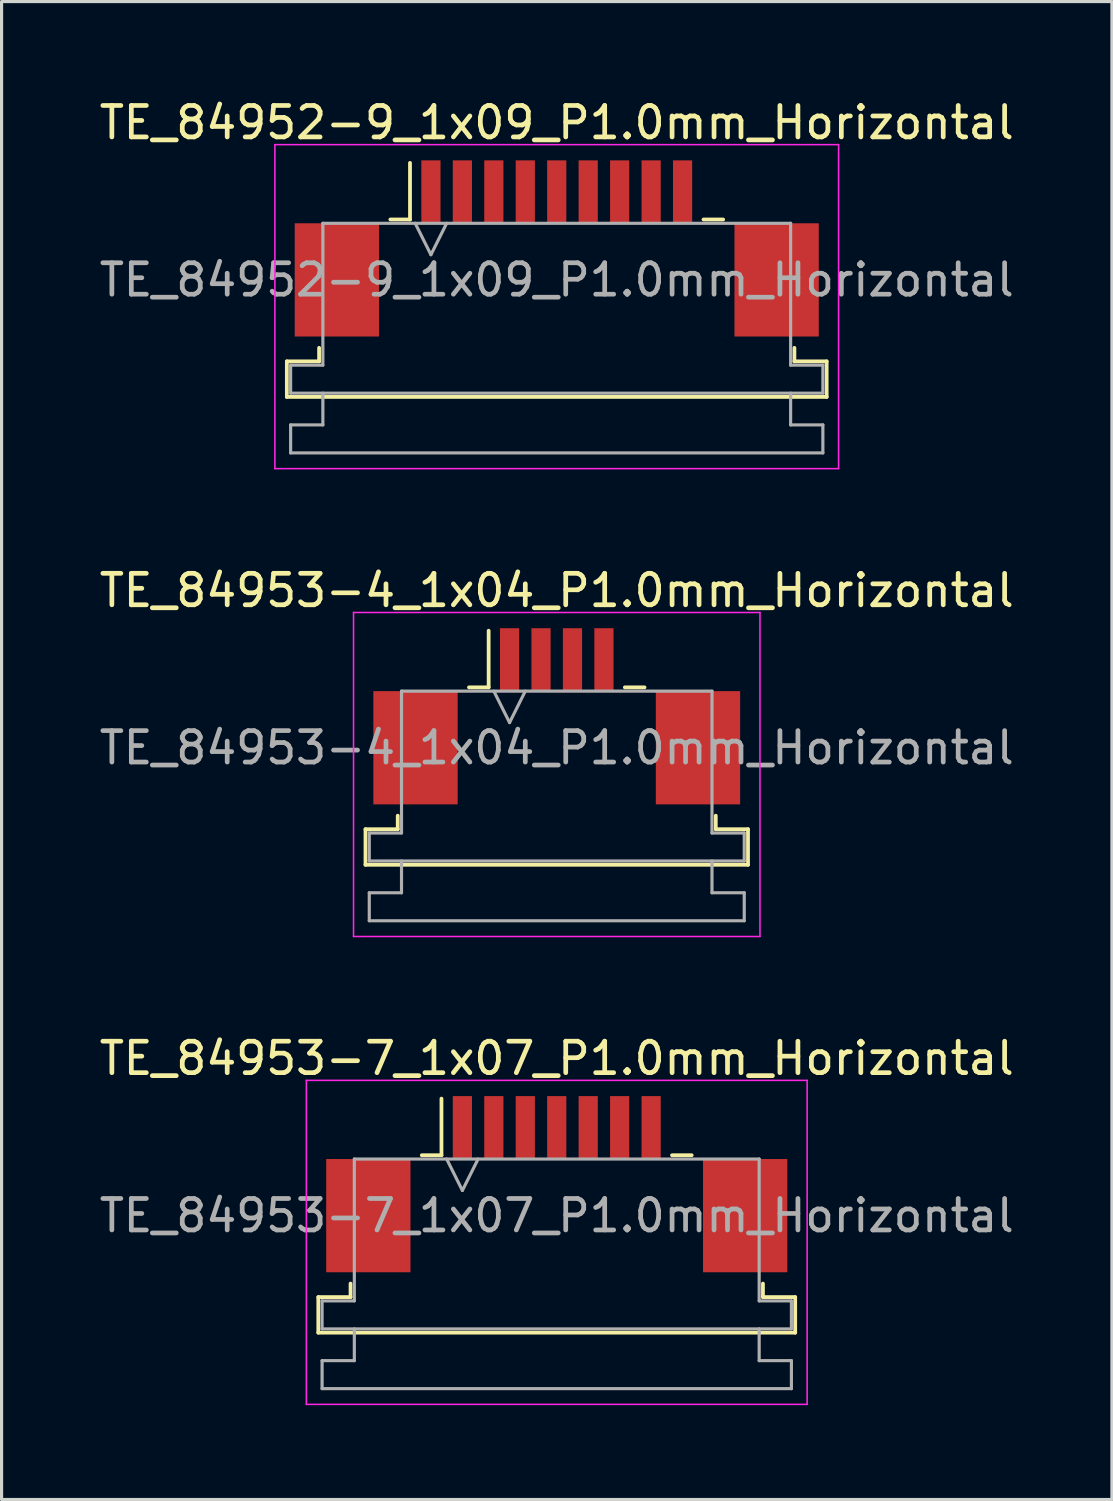
<source format=kicad_pcb>
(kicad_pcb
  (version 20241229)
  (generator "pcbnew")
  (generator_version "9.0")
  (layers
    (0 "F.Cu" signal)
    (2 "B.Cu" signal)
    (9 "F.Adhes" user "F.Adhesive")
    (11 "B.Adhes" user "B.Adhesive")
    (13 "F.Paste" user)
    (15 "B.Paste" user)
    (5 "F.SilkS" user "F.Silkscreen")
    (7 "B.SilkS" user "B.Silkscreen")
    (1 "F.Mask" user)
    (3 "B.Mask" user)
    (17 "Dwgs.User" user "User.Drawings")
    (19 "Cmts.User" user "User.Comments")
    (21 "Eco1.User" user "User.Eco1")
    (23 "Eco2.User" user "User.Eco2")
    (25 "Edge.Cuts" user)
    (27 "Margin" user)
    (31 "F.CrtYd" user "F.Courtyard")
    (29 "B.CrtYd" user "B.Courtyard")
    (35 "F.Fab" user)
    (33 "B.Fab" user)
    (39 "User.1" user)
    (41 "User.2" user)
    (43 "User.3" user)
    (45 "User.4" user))
  (footprint "TE_84953-7_1x07_P1.0mm_Horizontal"
    (layer "F.Cu")
    (at 14.649 34.595)
    (property "Reference" "TE_84953-7_1x07_P1.0mm_Horizontal" (at 0 -4 0) (layer "F.SilkS") (effects (font (size 1 1) (thickness 0.15))))
    (attr smd)
    (fp_line (start -7.58 3.59) (end -6.555 3.59) (stroke (width 0.12) (type solid)) (layer "F.SilkS"))
    (fp_line (start -7.58 4.72) (end -7.58 3.59) (stroke (width 0.12) (type solid)) (layer "F.SilkS"))
    (fp_line (start -6.555 3.59) (end -6.555 3.16) (stroke (width 0.12) (type solid)) (layer "F.SilkS"))
    (fp_line (start -4.29 -0.92) (end -3.665 -0.92) (stroke (width 0.12) (type solid)) (layer "F.SilkS"))
    (fp_line (start -3.665 -0.92) (end -3.665 -2.72) (stroke (width 0.12) (type solid)) (layer "F.SilkS"))
    (fp_line (start 3.665 -0.92) (end 4.29 -0.92) (stroke (width 0.12) (type solid)) (layer "F.SilkS"))
    (fp_line (start 6.555 3.16) (end 6.555 3.59) (stroke (width 0.12) (type solid)) (layer "F.SilkS"))
    (fp_line (start 6.555 3.59) (end 7.58 3.59) (stroke (width 0.12) (type solid)) (layer "F.SilkS"))
    (fp_line (start 7.58 3.59) (end 7.58 4.72) (stroke (width 0.12) (type solid)) (layer "F.SilkS"))
    (fp_line (start 7.58 4.72) (end -7.58 4.72) (stroke (width 0.12) (type solid)) (layer "F.SilkS"))
    (fp_line (start -7.96 -3.3) (end -7.96 7) (stroke (width 0.05) (type solid)) (layer "F.CrtYd"))
    (fp_line (start -7.96 7) (end 7.96 7) (stroke (width 0.05) (type solid)) (layer "F.CrtYd"))
    (fp_line (start 7.96 -3.3) (end -7.96 -3.3) (stroke (width 0.05) (type solid)) (layer "F.CrtYd"))
    (fp_line (start 7.96 7) (end 7.96 -3.3) (stroke (width 0.05) (type solid)) (layer "F.CrtYd"))
    (fp_line (start -7.46 3.71) (end -6.435 3.71) (stroke (width 0.1) (type solid)) (layer "F.Fab"))
    (fp_line (start -7.46 4.6) (end -7.46 3.71) (stroke (width 0.1) (type solid)) (layer "F.Fab"))
    (fp_line (start -7.46 5.61) (end -6.435 5.61) (stroke (width 0.1) (type solid)) (layer "F.Fab"))
    (fp_line (start -7.46 6.5) (end -7.46 5.61) (stroke (width 0.1) (type solid)) (layer "F.Fab"))
    (fp_line (start -6.435 -0.8) (end 6.435 -0.8) (stroke (width 0.1) (type solid)) (layer "F.Fab"))
    (fp_line (start -6.435 3.71) (end -6.435 -0.8) (stroke (width 0.1) (type solid)) (layer "F.Fab"))
    (fp_line (start -6.435 5.61) (end -6.435 4.6) (stroke (width 0.1) (type solid)) (layer "F.Fab"))
    (fp_line (start -3.5 -0.8) (end -3 0.2) (stroke (width 0.1) (type solid)) (layer "F.Fab"))
    (fp_line (start -3 0.2) (end -2.5 -0.8) (stroke (width 0.1) (type solid)) (layer "F.Fab"))
    (fp_line (start 6.435 -0.8) (end 6.435 3.71) (stroke (width 0.1) (type solid)) (layer "F.Fab"))
    (fp_line (start 6.435 3.71) (end 7.46 3.71) (stroke (width 0.1) (type solid)) (layer "F.Fab"))
    (fp_line (start 6.435 4.6) (end 6.435 5.61) (stroke (width 0.1) (type solid)) (layer "F.Fab"))
    (fp_line (start 6.435 5.61) (end 7.46 5.61) (stroke (width 0.1) (type solid)) (layer "F.Fab"))
    (fp_line (start 7.46 3.71) (end 7.46 4.6) (stroke (width 0.1) (type solid)) (layer "F.Fab"))
    (fp_line (start 7.46 4.6) (end -7.46 4.6) (stroke (width 0.1) (type solid)) (layer "F.Fab"))
    (fp_line (start 7.46 5.61) (end 7.46 6.5) (stroke (width 0.1) (type solid)) (layer "F.Fab"))
    (fp_line (start 7.46 6.5) (end -7.46 6.5) (stroke (width 0.1) (type solid)) (layer "F.Fab"))
    (fp_text user "${REFERENCE}" (at 0 1 0) (layer "F.Fab") (effects (font (size 1 1) (thickness 0.15))))
    (pad "" smd rect (at -5.99 1) (size 2.68 3.6) (layers "F.Cu" "F.Mask" "F.Paste"))
    (pad "" smd rect (at 5.99 1) (size 2.68 3.6) (layers "F.Cu" "F.Mask" "F.Paste"))
    (pad "1" smd rect (at -3 -1.8) (size 0.61 2) (layers "F.Cu" "F.Mask" "F.Paste"))
    (pad "2" smd rect (at -2 -1.8) (size 0.61 2) (layers "F.Cu" "F.Mask" "F.Paste"))
    (pad "3" smd rect (at -1 -1.8) (size 0.61 2) (layers "F.Cu" "F.Mask" "F.Paste"))
    (pad "4" smd rect (at 0 -1.8) (size 0.61 2) (layers "F.Cu" "F.Mask" "F.Paste"))
    (pad "5" smd rect (at 1 -1.8) (size 0.61 2) (layers "F.Cu" "F.Mask" "F.Paste"))
    (pad "6" smd rect (at 2 -1.8) (size 0.61 2) (layers "F.Cu" "F.Mask" "F.Paste"))
    (pad "7" smd rect (at 3 -1.8) (size 0.61 2) (layers "F.Cu" "F.Mask" "F.Paste")))
  (footprint "TE_84953-4_1x04_P1.0mm_Horizontal"
    (layer "F.Cu")
    (at 14.649 19.721)
    (property "Reference" "TE_84953-4_1x04_P1.0mm_Horizontal" (at 0 -4 0) (layer "F.SilkS") (effects (font (size 1 1) (thickness 0.15))))
    (attr smd)
    (fp_line (start -6.08 3.59) (end -5.055 3.59) (stroke (width 0.12) (type solid)) (layer "F.SilkS"))
    (fp_line (start -6.08 4.72) (end -6.08 3.59) (stroke (width 0.12) (type solid)) (layer "F.SilkS"))
    (fp_line (start -5.055 3.59) (end -5.055 3.16) (stroke (width 0.12) (type solid)) (layer "F.SilkS"))
    (fp_line (start -2.79 -0.92) (end -2.165 -0.92) (stroke (width 0.12) (type solid)) (layer "F.SilkS"))
    (fp_line (start -2.165 -0.92) (end -2.165 -2.72) (stroke (width 0.12) (type solid)) (layer "F.SilkS"))
    (fp_line (start 2.165 -0.92) (end 2.79 -0.92) (stroke (width 0.12) (type solid)) (layer "F.SilkS"))
    (fp_line (start 5.055 3.16) (end 5.055 3.59) (stroke (width 0.12) (type solid)) (layer "F.SilkS"))
    (fp_line (start 5.055 3.59) (end 6.08 3.59) (stroke (width 0.12) (type solid)) (layer "F.SilkS"))
    (fp_line (start 6.08 3.59) (end 6.08 4.72) (stroke (width 0.12) (type solid)) (layer "F.SilkS"))
    (fp_line (start 6.08 4.72) (end -6.08 4.72) (stroke (width 0.12) (type solid)) (layer "F.SilkS"))
    (fp_line (start -6.46 -3.3) (end -6.46 7) (stroke (width 0.05) (type solid)) (layer "F.CrtYd"))
    (fp_line (start -6.46 7) (end 6.46 7) (stroke (width 0.05) (type solid)) (layer "F.CrtYd"))
    (fp_line (start 6.46 -3.3) (end -6.46 -3.3) (stroke (width 0.05) (type solid)) (layer "F.CrtYd"))
    (fp_line (start 6.46 7) (end 6.46 -3.3) (stroke (width 0.05) (type solid)) (layer "F.CrtYd"))
    (fp_line (start -5.96 3.71) (end -4.935 3.71) (stroke (width 0.1) (type solid)) (layer "F.Fab"))
    (fp_line (start -5.96 4.6) (end -5.96 3.71) (stroke (width 0.1) (type solid)) (layer "F.Fab"))
    (fp_line (start -5.96 5.61) (end -4.935 5.61) (stroke (width 0.1) (type solid)) (layer "F.Fab"))
    (fp_line (start -5.96 6.5) (end -5.96 5.61) (stroke (width 0.1) (type solid)) (layer "F.Fab"))
    (fp_line (start -4.935 -0.8) (end 4.935 -0.8) (stroke (width 0.1) (type solid)) (layer "F.Fab"))
    (fp_line (start -4.935 3.71) (end -4.935 -0.8) (stroke (width 0.1) (type solid)) (layer "F.Fab"))
    (fp_line (start -4.935 5.61) (end -4.935 4.6) (stroke (width 0.1) (type solid)) (layer "F.Fab"))
    (fp_line (start -2 -0.8) (end -1.5 0.2) (stroke (width 0.1) (type solid)) (layer "F.Fab"))
    (fp_line (start -1.5 0.2) (end -1 -0.8) (stroke (width 0.1) (type solid)) (layer "F.Fab"))
    (fp_line (start 4.935 -0.8) (end 4.935 3.71) (stroke (width 0.1) (type solid)) (layer "F.Fab"))
    (fp_line (start 4.935 3.71) (end 5.96 3.71) (stroke (width 0.1) (type solid)) (layer "F.Fab"))
    (fp_line (start 4.935 4.6) (end 4.935 5.61) (stroke (width 0.1) (type solid)) (layer "F.Fab"))
    (fp_line (start 4.935 5.61) (end 5.96 5.61) (stroke (width 0.1) (type solid)) (layer "F.Fab"))
    (fp_line (start 5.96 3.71) (end 5.96 4.6) (stroke (width 0.1) (type solid)) (layer "F.Fab"))
    (fp_line (start 5.96 4.6) (end -5.96 4.6) (stroke (width 0.1) (type solid)) (layer "F.Fab"))
    (fp_line (start 5.96 5.61) (end 5.96 6.5) (stroke (width 0.1) (type solid)) (layer "F.Fab"))
    (fp_line (start 5.96 6.5) (end -5.96 6.5) (stroke (width 0.1) (type solid)) (layer "F.Fab"))
    (fp_text user "${REFERENCE}" (at 0 1 0) (layer "F.Fab") (effects (font (size 1 1) (thickness 0.15))))
    (pad "" smd rect (at -4.49 1) (size 2.68 3.6) (layers "F.Cu" "F.Mask" "F.Paste"))
    (pad "" smd rect (at 4.49 1) (size 2.68 3.6) (layers "F.Cu" "F.Mask" "F.Paste"))
    (pad "1" smd rect (at -1.5 -1.8) (size 0.61 2) (layers "F.Cu" "F.Mask" "F.Paste"))
    (pad "2" smd rect (at -0.5 -1.8) (size 0.61 2) (layers "F.Cu" "F.Mask" "F.Paste"))
    (pad "3" smd rect (at 0.5 -1.8) (size 0.61 2) (layers "F.Cu" "F.Mask" "F.Paste"))
    (pad "4" smd rect (at 1.5 -1.8) (size 0.61 2) (layers "F.Cu" "F.Mask" "F.Paste")))
  (footprint "TE_84952-9_1x09_P1.0mm_Horizontal"
    (layer "F.Cu")
    (at 14.649 4.848)
    (property "Reference" "TE_84952-9_1x09_P1.0mm_Horizontal" (at 0 -4 0) (layer "F.SilkS") (effects (font (size 1 1) (thickness 0.15))))
    (attr smd)
    (fp_line (start -8.58 3.59) (end -7.555 3.59) (stroke (width 0.12) (type solid)) (layer "F.SilkS"))
    (fp_line (start -8.58 4.72) (end -8.58 3.59) (stroke (width 0.12) (type solid)) (layer "F.SilkS"))
    (fp_line (start -7.555 3.59) (end -7.555 3.16) (stroke (width 0.12) (type solid)) (layer "F.SilkS"))
    (fp_line (start -5.29 -0.92) (end -4.665 -0.92) (stroke (width 0.12) (type solid)) (layer "F.SilkS"))
    (fp_line (start -4.665 -0.92) (end -4.665 -2.72) (stroke (width 0.12) (type solid)) (layer "F.SilkS"))
    (fp_line (start 4.665 -0.92) (end 5.29 -0.92) (stroke (width 0.12) (type solid)) (layer "F.SilkS"))
    (fp_line (start 7.555 3.16) (end 7.555 3.59) (stroke (width 0.12) (type solid)) (layer "F.SilkS"))
    (fp_line (start 7.555 3.59) (end 8.58 3.59) (stroke (width 0.12) (type solid)) (layer "F.SilkS"))
    (fp_line (start 8.58 3.59) (end 8.58 4.72) (stroke (width 0.12) (type solid)) (layer "F.SilkS"))
    (fp_line (start 8.58 4.72) (end -8.58 4.72) (stroke (width 0.12) (type solid)) (layer "F.SilkS"))
    (fp_line (start -8.96 -3.3) (end -8.96 7) (stroke (width 0.05) (type solid)) (layer "F.CrtYd"))
    (fp_line (start -8.96 7) (end 8.96 7) (stroke (width 0.05) (type solid)) (layer "F.CrtYd"))
    (fp_line (start 8.96 -3.3) (end -8.96 -3.3) (stroke (width 0.05) (type solid)) (layer "F.CrtYd"))
    (fp_line (start 8.96 7) (end 8.96 -3.3) (stroke (width 0.05) (type solid)) (layer "F.CrtYd"))
    (fp_line (start -8.46 3.71) (end -7.435 3.71) (stroke (width 0.1) (type solid)) (layer "F.Fab"))
    (fp_line (start -8.46 4.6) (end -8.46 3.71) (stroke (width 0.1) (type solid)) (layer "F.Fab"))
    (fp_line (start -8.46 5.61) (end -7.435 5.61) (stroke (width 0.1) (type solid)) (layer "F.Fab"))
    (fp_line (start -8.46 6.5) (end -8.46 5.61) (stroke (width 0.1) (type solid)) (layer "F.Fab"))
    (fp_line (start -7.435 -0.8) (end 7.435 -0.8) (stroke (width 0.1) (type solid)) (layer "F.Fab"))
    (fp_line (start -7.435 3.71) (end -7.435 -0.8) (stroke (width 0.1) (type solid)) (layer "F.Fab"))
    (fp_line (start -7.435 5.61) (end -7.435 4.6) (stroke (width 0.1) (type solid)) (layer "F.Fab"))
    (fp_line (start -4.5 -0.8) (end -4 0.2) (stroke (width 0.1) (type solid)) (layer "F.Fab"))
    (fp_line (start -4 0.2) (end -3.5 -0.8) (stroke (width 0.1) (type solid)) (layer "F.Fab"))
    (fp_line (start 7.435 -0.8) (end 7.435 3.71) (stroke (width 0.1) (type solid)) (layer "F.Fab"))
    (fp_line (start 7.435 3.71) (end 8.46 3.71) (stroke (width 0.1) (type solid)) (layer "F.Fab"))
    (fp_line (start 7.435 4.6) (end 7.435 5.61) (stroke (width 0.1) (type solid)) (layer "F.Fab"))
    (fp_line (start 7.435 5.61) (end 8.46 5.61) (stroke (width 0.1) (type solid)) (layer "F.Fab"))
    (fp_line (start 8.46 3.71) (end 8.46 4.6) (stroke (width 0.1) (type solid)) (layer "F.Fab"))
    (fp_line (start 8.46 4.6) (end -8.46 4.6) (stroke (width 0.1) (type solid)) (layer "F.Fab"))
    (fp_line (start 8.46 5.61) (end 8.46 6.5) (stroke (width 0.1) (type solid)) (layer "F.Fab"))
    (fp_line (start 8.46 6.5) (end -8.46 6.5) (stroke (width 0.1) (type solid)) (layer "F.Fab"))
    (fp_text user "${REFERENCE}" (at 0 1 0) (layer "F.Fab") (effects (font (size 1 1) (thickness 0.15))))
    (pad "" smd rect (at -6.99 1) (size 2.68 3.6) (layers "F.Cu" "F.Mask" "F.Paste"))
    (pad "" smd rect (at 6.99 1) (size 2.68 3.6) (layers "F.Cu" "F.Mask" "F.Paste"))
    (pad "1" smd rect (at -4 -1.8) (size 0.61 2) (layers "F.Cu" "F.Mask" "F.Paste"))
    (pad "2" smd rect (at -3 -1.8) (size 0.61 2) (layers "F.Cu" "F.Mask" "F.Paste"))
    (pad "3" smd rect (at -2 -1.8) (size 0.61 2) (layers "F.Cu" "F.Mask" "F.Paste"))
    (pad "4" smd rect (at -1 -1.8) (size 0.61 2) (layers "F.Cu" "F.Mask" "F.Paste"))
    (pad "5" smd rect (at 0 -1.8) (size 0.61 2) (layers "F.Cu" "F.Mask" "F.Paste"))
    (pad "6" smd rect (at 1 -1.8) (size 0.61 2) (layers "F.Cu" "F.Mask" "F.Paste"))
    (pad "7" smd rect (at 2 -1.8) (size 0.61 2) (layers "F.Cu" "F.Mask" "F.Paste"))
    (pad "8" smd rect (at 3 -1.8) (size 0.61 2) (layers "F.Cu" "F.Mask" "F.Paste"))
    (pad "9" smd rect (at 4 -1.8) (size 0.61 2) (layers "F.Cu" "F.Mask" "F.Paste")))
  (gr_rect
    (start -3 -3)
    (end 32.298 44.62)
    (stroke (width 0.1) (type default))
    (fill no)
    (layer "Edge.Cuts")))
</source>
